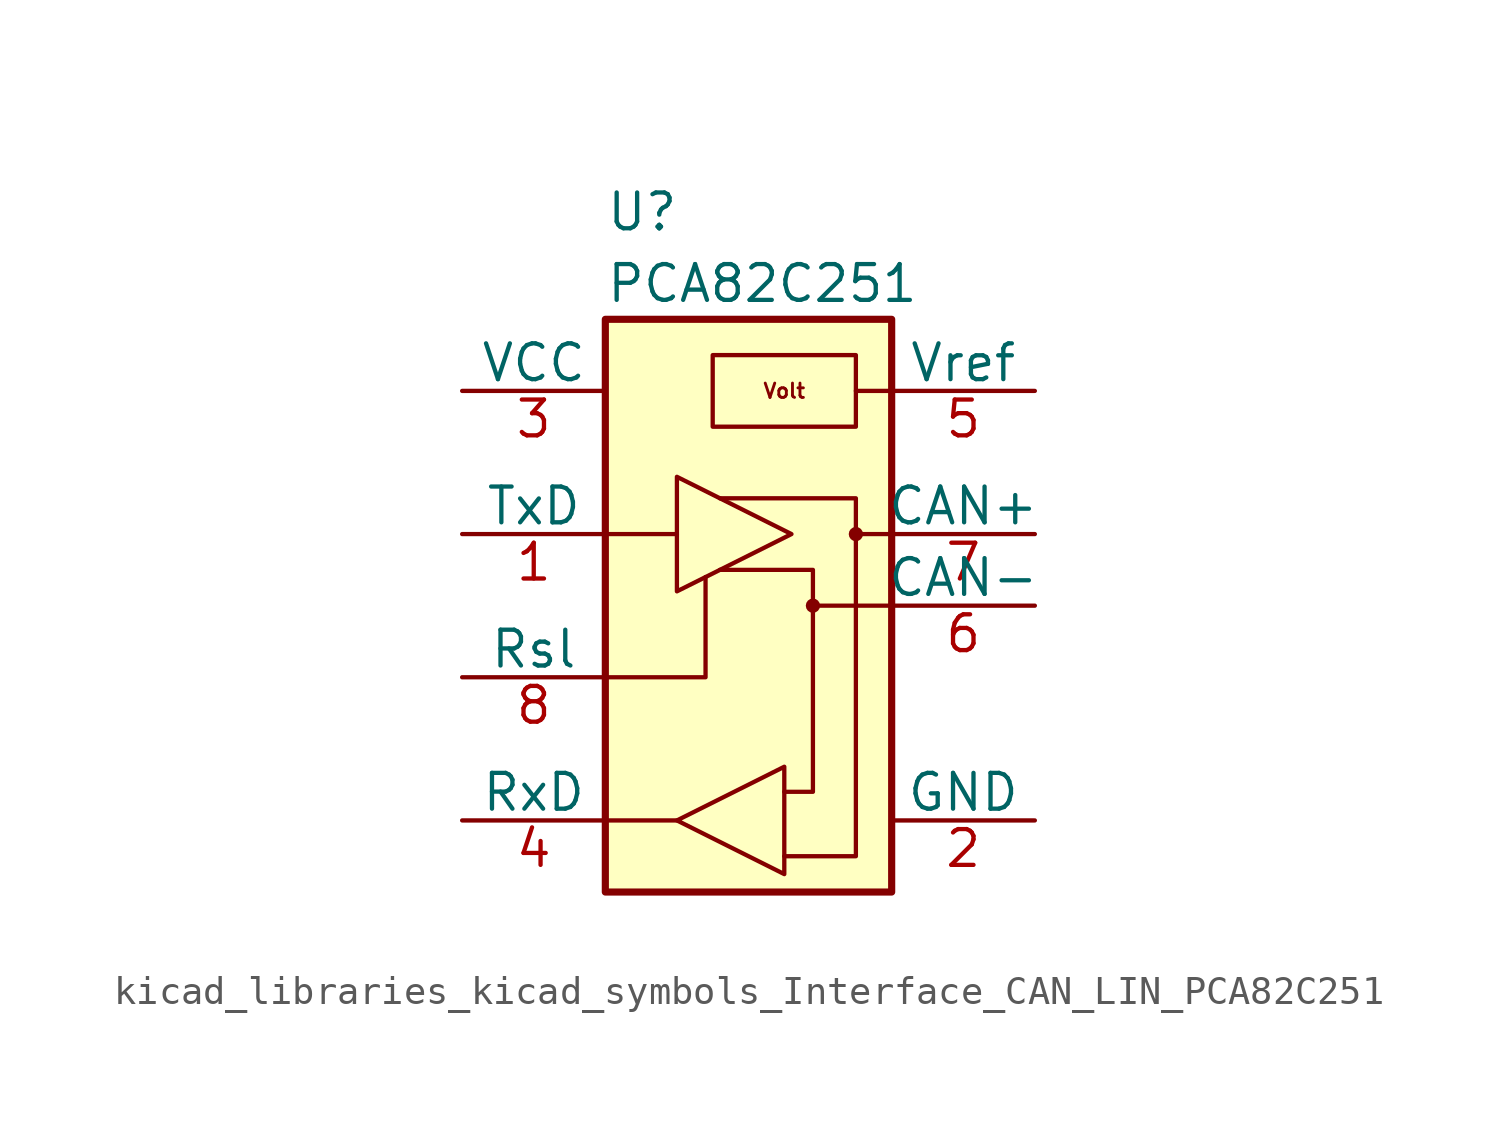
<source format=kicad_sym>
(kicad_symbol_lib
  (version 20220914)
  (generator kicad_symbol_editor)
  (symbol "kicad_libraries_kicad_symbols_Interface_CAN_LIN_PCA82C251"
    (pin_names
      (offset 0))
    (property "Reference" "U"
      (at -5.08 13.97 0)
      (effects (font (size 1.27 1.27)) (justify left)))
    (property "Value" "PCA82C251"
      (at -5.08 11.43 0)
      (effects (font (size 1.27 1.27)) (justify left)))
    (symbol "kicad_libraries_kicad_symbols_Interface_CAN_LIN_PCA82C251_0_1"
      (rectangle (start -5.08 10.16) (end 5.08 -10.16) (stroke (width 0.254) (type default)) (fill (type background)))
      (polyline (pts (xy -2.54 -7.62) (xy -5.08 -7.62)) (stroke (width 0) (type default)) (fill (type none)))
      (polyline (pts (xy -2.54 2.54) (xy -5.08 2.54)) (stroke (width 0) (type default)) (fill (type none)))
      (polyline (pts (xy 2.286 0) (xy 5.08 0)) (stroke (width 0) (type default)) (fill (type none)))
      (polyline (pts (xy 3.81 2.54) (xy 5.08 2.54)) (stroke (width 0) (type default)) (fill (type none)))
      (polyline (pts (xy 3.81 7.62) (xy 5.08 7.62)) (stroke (width 0) (type default)) (fill (type none)))
      (polyline (pts (xy -5.08 -2.54) (xy -1.524 -2.54) (xy -1.524 1.016)) (stroke (width 0) (type default)) (fill (type none)))
      (polyline (pts (xy -2.54 -7.62) (xy 1.27 -5.715) (xy 1.27 -9.525) (xy -2.54 -7.62)) (stroke (width 0) (type default)) (fill (type none)))
      (polyline (pts (xy -2.54 4.572) (xy -2.54 0.508) (xy 1.524 2.54) (xy -2.54 4.572)) (stroke (width 0) (type default)) (fill (type none)))
      (polyline (pts (xy -1.016 1.27) (xy 2.286 1.27) (xy 2.286 -6.604) (xy 1.27 -6.604)) (stroke (width 0) (type default)) (fill (type none)))
      (polyline (pts (xy -1.016 3.81) (xy 3.81 3.81) (xy 3.81 -8.89) (xy 1.27 -8.89)) (stroke (width 0) (type default)) (fill (type none)))
      (polyline (pts (xy -1.27 8.89) (xy -1.27 6.35) (xy 3.81 6.35) (xy 3.81 8.89) (xy -1.27 8.89)) (stroke (width 0) (type default)) (fill (type none)))
      (circle (center 2.286 0) (radius 0.127) (stroke (width 0.254) (type default)) (fill (type none)))
      (circle (center 3.81 2.54) (radius 0.127) (stroke (width 0.254) (type default)) (fill (type none)))
      (text "Volt" (at 1.27 7.62 0) (effects (font (size 0.508 0.508) bold))))
    (symbol "kicad_libraries_kicad_symbols_Interface_CAN_LIN_PCA82C251_1_1"
      (pin input line (at -10.16 2.54 0) (length 5.08) (name "TxD" (effects (font (size 1.27 1.27)))) (number "1" (effects (font (size 1.27 1.27)))))
      (pin power_in line (at 10.16 -7.62 180) (length 5.08) (name "GND" (effects (font (size 1.27 1.27)))) (number "2" (effects (font (size 1.27 1.27)))))
      (pin power_in line (at -10.16 7.62 0) (length 5.08) (name "VCC" (effects (font (size 1.27 1.27)))) (number "3" (effects (font (size 1.27 1.27)))))
      (pin output line (at -10.16 -7.62 0) (length 5.08) (name "RxD" (effects (font (size 1.27 1.27)))) (number "4" (effects (font (size 1.27 1.27)))))
      (pin output line (at 10.16 7.62 180) (length 5.08) (name "Vref" (effects (font (size 1.27 1.27)))) (number "5" (effects (font (size 1.27 1.27)))))
      (pin bidirectional line (at 10.16 0 180) (length 5.08) (name "CAN-" (effects (font (size 1.27 1.27)))) (number "6" (effects (font (size 1.27 1.27)))))
      (pin bidirectional line (at 10.16 2.54 180) (length 5.08) (name "CAN+" (effects (font (size 1.27 1.27)))) (number "7" (effects (font (size 1.27 1.27)))))
      (pin input line (at -10.16 -2.54 0) (length 5.08) (name "Rsl" (effects (font (size 1.27 1.27)))) (number "8" (effects (font (size 1.27 1.27))))))))
</source>
